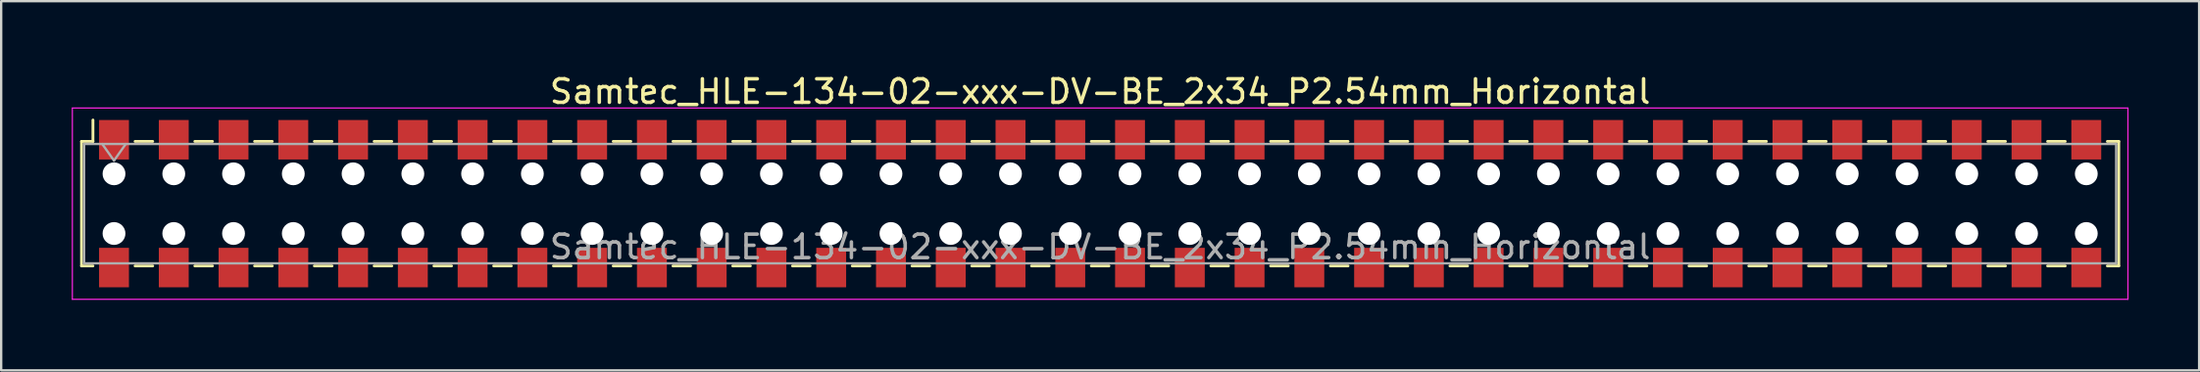
<source format=kicad_pcb>
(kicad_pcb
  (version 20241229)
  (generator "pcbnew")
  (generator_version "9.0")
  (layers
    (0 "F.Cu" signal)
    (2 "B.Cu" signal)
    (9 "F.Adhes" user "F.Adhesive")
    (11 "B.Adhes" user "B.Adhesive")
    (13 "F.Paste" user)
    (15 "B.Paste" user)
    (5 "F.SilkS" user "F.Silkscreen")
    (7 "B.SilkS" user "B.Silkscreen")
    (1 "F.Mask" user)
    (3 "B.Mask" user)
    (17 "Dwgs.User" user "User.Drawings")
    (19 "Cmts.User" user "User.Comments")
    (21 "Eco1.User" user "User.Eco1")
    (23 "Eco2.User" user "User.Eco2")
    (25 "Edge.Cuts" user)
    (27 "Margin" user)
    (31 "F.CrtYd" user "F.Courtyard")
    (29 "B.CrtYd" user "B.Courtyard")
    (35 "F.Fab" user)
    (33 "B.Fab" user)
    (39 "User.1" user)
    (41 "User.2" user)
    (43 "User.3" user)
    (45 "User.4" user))
  (footprint "Samtec_HLE-134-02-xxx-DV-BE_2x34_P2.54mm_Horizontal"
    (layer "F.Cu")
    (at 43.705 5.618)
    (property "Reference" "Samtec_HLE-134-02-xxx-DV-BE_2x34_P2.54mm_Horizontal" (at 0 -4.77 0) (layer "F.SilkS") (effects (font (size 1 1) (thickness 0.15))))
    (attr smd)
    (fp_line (start -43.29 -2.65) (end -43.29 2.65) (stroke (width 0.12) (type solid)) (layer "F.SilkS"))
    (fp_line (start -43.29 2.65) (end -42.805 2.65) (stroke (width 0.12) (type solid)) (layer "F.SilkS"))
    (fp_line (start -42.805 -3.56) (end -42.805 -2.65) (stroke (width 0.12) (type solid)) (layer "F.SilkS"))
    (fp_line (start -42.805 -2.65) (end -43.29 -2.65) (stroke (width 0.12) (type solid)) (layer "F.SilkS"))
    (fp_line (start -41.015 -2.65) (end -40.265 -2.65) (stroke (width 0.12) (type solid)) (layer "F.SilkS"))
    (fp_line (start -41.015 2.65) (end -40.265 2.65) (stroke (width 0.12) (type solid)) (layer "F.SilkS"))
    (fp_line (start -38.475 -2.65) (end -37.725 -2.65) (stroke (width 0.12) (type solid)) (layer "F.SilkS"))
    (fp_line (start -38.475 2.65) (end -37.725 2.65) (stroke (width 0.12) (type solid)) (layer "F.SilkS"))
    (fp_line (start -35.935 -2.65) (end -35.185 -2.65) (stroke (width 0.12) (type solid)) (layer "F.SilkS"))
    (fp_line (start -35.935 2.65) (end -35.185 2.65) (stroke (width 0.12) (type solid)) (layer "F.SilkS"))
    (fp_line (start -33.395 -2.65) (end -32.645 -2.65) (stroke (width 0.12) (type solid)) (layer "F.SilkS"))
    (fp_line (start -33.395 2.65) (end -32.645 2.65) (stroke (width 0.12) (type solid)) (layer "F.SilkS"))
    (fp_line (start -30.855 -2.65) (end -30.105 -2.65) (stroke (width 0.12) (type solid)) (layer "F.SilkS"))
    (fp_line (start -30.855 2.65) (end -30.105 2.65) (stroke (width 0.12) (type solid)) (layer "F.SilkS"))
    (fp_line (start -28.315 -2.65) (end -27.565 -2.65) (stroke (width 0.12) (type solid)) (layer "F.SilkS"))
    (fp_line (start -28.315 2.65) (end -27.565 2.65) (stroke (width 0.12) (type solid)) (layer "F.SilkS"))
    (fp_line (start -25.775 -2.65) (end -25.025 -2.65) (stroke (width 0.12) (type solid)) (layer "F.SilkS"))
    (fp_line (start -25.775 2.65) (end -25.025 2.65) (stroke (width 0.12) (type solid)) (layer "F.SilkS"))
    (fp_line (start -23.235 -2.65) (end -22.485 -2.65) (stroke (width 0.12) (type solid)) (layer "F.SilkS"))
    (fp_line (start -23.235 2.65) (end -22.485 2.65) (stroke (width 0.12) (type solid)) (layer "F.SilkS"))
    (fp_line (start -20.695 -2.65) (end -19.945 -2.65) (stroke (width 0.12) (type solid)) (layer "F.SilkS"))
    (fp_line (start -20.695 2.65) (end -19.945 2.65) (stroke (width 0.12) (type solid)) (layer "F.SilkS"))
    (fp_line (start -18.155 -2.65) (end -17.405 -2.65) (stroke (width 0.12) (type solid)) (layer "F.SilkS"))
    (fp_line (start -18.155 2.65) (end -17.405 2.65) (stroke (width 0.12) (type solid)) (layer "F.SilkS"))
    (fp_line (start -15.615 -2.65) (end -14.865 -2.65) (stroke (width 0.12) (type solid)) (layer "F.SilkS"))
    (fp_line (start -15.615 2.65) (end -14.865 2.65) (stroke (width 0.12) (type solid)) (layer "F.SilkS"))
    (fp_line (start -13.075 -2.65) (end -12.325 -2.65) (stroke (width 0.12) (type solid)) (layer "F.SilkS"))
    (fp_line (start -13.075 2.65) (end -12.325 2.65) (stroke (width 0.12) (type solid)) (layer "F.SilkS"))
    (fp_line (start -10.535 -2.65) (end -9.785 -2.65) (stroke (width 0.12) (type solid)) (layer "F.SilkS"))
    (fp_line (start -10.535 2.65) (end -9.785 2.65) (stroke (width 0.12) (type solid)) (layer "F.SilkS"))
    (fp_line (start -7.995 -2.65) (end -7.245 -2.65) (stroke (width 0.12) (type solid)) (layer "F.SilkS"))
    (fp_line (start -7.995 2.65) (end -7.245 2.65) (stroke (width 0.12) (type solid)) (layer "F.SilkS"))
    (fp_line (start -5.455 -2.65) (end -4.705 -2.65) (stroke (width 0.12) (type solid)) (layer "F.SilkS"))
    (fp_line (start -5.455 2.65) (end -4.705 2.65) (stroke (width 0.12) (type solid)) (layer "F.SilkS"))
    (fp_line (start -2.915 -2.65) (end -2.165 -2.65) (stroke (width 0.12) (type solid)) (layer "F.SilkS"))
    (fp_line (start -2.915 2.65) (end -2.165 2.65) (stroke (width 0.12) (type solid)) (layer "F.SilkS"))
    (fp_line (start -0.375 -2.65) (end 0.375 -2.65) (stroke (width 0.12) (type solid)) (layer "F.SilkS"))
    (fp_line (start -0.375 2.65) (end 0.375 2.65) (stroke (width 0.12) (type solid)) (layer "F.SilkS"))
    (fp_line (start 2.165 -2.65) (end 2.915 -2.65) (stroke (width 0.12) (type solid)) (layer "F.SilkS"))
    (fp_line (start 2.165 2.65) (end 2.915 2.65) (stroke (width 0.12) (type solid)) (layer "F.SilkS"))
    (fp_line (start 4.705 -2.65) (end 5.455 -2.65) (stroke (width 0.12) (type solid)) (layer "F.SilkS"))
    (fp_line (start 4.705 2.65) (end 5.455 2.65) (stroke (width 0.12) (type solid)) (layer "F.SilkS"))
    (fp_line (start 7.245 -2.65) (end 7.995 -2.65) (stroke (width 0.12) (type solid)) (layer "F.SilkS"))
    (fp_line (start 7.245 2.65) (end 7.995 2.65) (stroke (width 0.12) (type solid)) (layer "F.SilkS"))
    (fp_line (start 9.785 -2.65) (end 10.535 -2.65) (stroke (width 0.12) (type solid)) (layer "F.SilkS"))
    (fp_line (start 9.785 2.65) (end 10.535 2.65) (stroke (width 0.12) (type solid)) (layer "F.SilkS"))
    (fp_line (start 12.325 -2.65) (end 13.075 -2.65) (stroke (width 0.12) (type solid)) (layer "F.SilkS"))
    (fp_line (start 12.325 2.65) (end 13.075 2.65) (stroke (width 0.12) (type solid)) (layer "F.SilkS"))
    (fp_line (start 14.865 -2.65) (end 15.615 -2.65) (stroke (width 0.12) (type solid)) (layer "F.SilkS"))
    (fp_line (start 14.865 2.65) (end 15.615 2.65) (stroke (width 0.12) (type solid)) (layer "F.SilkS"))
    (fp_line (start 17.405 -2.65) (end 18.155 -2.65) (stroke (width 0.12) (type solid)) (layer "F.SilkS"))
    (fp_line (start 17.405 2.65) (end 18.155 2.65) (stroke (width 0.12) (type solid)) (layer "F.SilkS"))
    (fp_line (start 19.945 -2.65) (end 20.695 -2.65) (stroke (width 0.12) (type solid)) (layer "F.SilkS"))
    (fp_line (start 19.945 2.65) (end 20.695 2.65) (stroke (width 0.12) (type solid)) (layer "F.SilkS"))
    (fp_line (start 22.485 -2.65) (end 23.235 -2.65) (stroke (width 0.12) (type solid)) (layer "F.SilkS"))
    (fp_line (start 22.485 2.65) (end 23.235 2.65) (stroke (width 0.12) (type solid)) (layer "F.SilkS"))
    (fp_line (start 25.025 -2.65) (end 25.775 -2.65) (stroke (width 0.12) (type solid)) (layer "F.SilkS"))
    (fp_line (start 25.025 2.65) (end 25.775 2.65) (stroke (width 0.12) (type solid)) (layer "F.SilkS"))
    (fp_line (start 27.565 -2.65) (end 28.315 -2.65) (stroke (width 0.12) (type solid)) (layer "F.SilkS"))
    (fp_line (start 27.565 2.65) (end 28.315 2.65) (stroke (width 0.12) (type solid)) (layer "F.SilkS"))
    (fp_line (start 30.105 -2.65) (end 30.855 -2.65) (stroke (width 0.12) (type solid)) (layer "F.SilkS"))
    (fp_line (start 30.105 2.65) (end 30.855 2.65) (stroke (width 0.12) (type solid)) (layer "F.SilkS"))
    (fp_line (start 32.645 -2.65) (end 33.395 -2.65) (stroke (width 0.12) (type solid)) (layer "F.SilkS"))
    (fp_line (start 32.645 2.65) (end 33.395 2.65) (stroke (width 0.12) (type solid)) (layer "F.SilkS"))
    (fp_line (start 35.185 -2.65) (end 35.935 -2.65) (stroke (width 0.12) (type solid)) (layer "F.SilkS"))
    (fp_line (start 35.185 2.65) (end 35.935 2.65) (stroke (width 0.12) (type solid)) (layer "F.SilkS"))
    (fp_line (start 37.725 -2.65) (end 38.475 -2.65) (stroke (width 0.12) (type solid)) (layer "F.SilkS"))
    (fp_line (start 37.725 2.65) (end 38.475 2.65) (stroke (width 0.12) (type solid)) (layer "F.SilkS"))
    (fp_line (start 40.265 -2.65) (end 41.015 -2.65) (stroke (width 0.12) (type solid)) (layer "F.SilkS"))
    (fp_line (start 40.265 2.65) (end 41.015 2.65) (stroke (width 0.12) (type solid)) (layer "F.SilkS"))
    (fp_line (start 42.805 -2.65) (end 43.29 -2.65) (stroke (width 0.12) (type solid)) (layer "F.SilkS"))
    (fp_line (start 43.29 -2.65) (end 43.29 2.65) (stroke (width 0.12) (type solid)) (layer "F.SilkS"))
    (fp_line (start 43.29 2.65) (end 42.805 2.65) (stroke (width 0.12) (type solid)) (layer "F.SilkS"))
    (fp_line (start -43.68 -4.07) (end 43.68 -4.07) (stroke (width 0.05) (type solid)) (layer "F.CrtYd"))
    (fp_line (start -43.68 4.07) (end -43.68 -4.07) (stroke (width 0.05) (type solid)) (layer "F.CrtYd"))
    (fp_line (start 43.68 -4.07) (end 43.68 4.07) (stroke (width 0.05) (type solid)) (layer "F.CrtYd"))
    (fp_line (start 43.68 4.07) (end -43.68 4.07) (stroke (width 0.05) (type solid)) (layer "F.CrtYd"))
    (fp_line (start -43.18 -2.54) (end 43.18 -2.54) (stroke (width 0.1) (type solid)) (layer "F.Fab"))
    (fp_line (start -43.18 2.54) (end -43.18 -2.54) (stroke (width 0.1) (type solid)) (layer "F.Fab"))
    (fp_line (start -42.41 -2.54) (end -41.91 -1.833) (stroke (width 0.1) (type solid)) (layer "F.Fab"))
    (fp_line (start -41.91 -1.833) (end -41.41 -2.54) (stroke (width 0.1) (type solid)) (layer "F.Fab"))
    (fp_line (start 43.18 -2.54) (end 43.18 2.54) (stroke (width 0.1) (type solid)) (layer "F.Fab"))
    (fp_line (start 43.18 2.54) (end -43.18 2.54) (stroke (width 0.1) (type solid)) (layer "F.Fab"))
    (fp_text user "${REFERENCE}" (at 0 1.84 0) (layer "F.Fab") (effects (font (size 1 1) (thickness 0.15))))
    (pad "" np_thru_hole circle (at -41.91 -1.27) (size 0.97 0.97) (drill 0.97) (layers "*.Cu" "*.Mask"))
    (pad "" np_thru_hole circle (at -41.91 1.27) (size 0.97 0.97) (drill 0.97) (layers "*.Cu" "*.Mask"))
    (pad "" np_thru_hole circle (at -39.37 -1.27) (size 0.97 0.97) (drill 0.97) (layers "*.Cu" "*.Mask"))
    (pad "" np_thru_hole circle (at -39.37 1.27) (size 0.97 0.97) (drill 0.97) (layers "*.Cu" "*.Mask"))
    (pad "" np_thru_hole circle (at -36.83 -1.27) (size 0.97 0.97) (drill 0.97) (layers "*.Cu" "*.Mask"))
    (pad "" np_thru_hole circle (at -36.83 1.27) (size 0.97 0.97) (drill 0.97) (layers "*.Cu" "*.Mask"))
    (pad "" np_thru_hole circle (at -34.29 -1.27) (size 0.97 0.97) (drill 0.97) (layers "*.Cu" "*.Mask"))
    (pad "" np_thru_hole circle (at -34.29 1.27) (size 0.97 0.97) (drill 0.97) (layers "*.Cu" "*.Mask"))
    (pad "" np_thru_hole circle (at -31.75 -1.27) (size 0.97 0.97) (drill 0.97) (layers "*.Cu" "*.Mask"))
    (pad "" np_thru_hole circle (at -31.75 1.27) (size 0.97 0.97) (drill 0.97) (layers "*.Cu" "*.Mask"))
    (pad "" np_thru_hole circle (at -29.21 -1.27) (size 0.97 0.97) (drill 0.97) (layers "*.Cu" "*.Mask"))
    (pad "" np_thru_hole circle (at -29.21 1.27) (size 0.97 0.97) (drill 0.97) (layers "*.Cu" "*.Mask"))
    (pad "" np_thru_hole circle (at -26.67 -1.27) (size 0.97 0.97) (drill 0.97) (layers "*.Cu" "*.Mask"))
    (pad "" np_thru_hole circle (at -26.67 1.27) (size 0.97 0.97) (drill 0.97) (layers "*.Cu" "*.Mask"))
    (pad "" np_thru_hole circle (at -24.13 -1.27) (size 0.97 0.97) (drill 0.97) (layers "*.Cu" "*.Mask"))
    (pad "" np_thru_hole circle (at -24.13 1.27) (size 0.97 0.97) (drill 0.97) (layers "*.Cu" "*.Mask"))
    (pad "" np_thru_hole circle (at -21.59 -1.27) (size 0.97 0.97) (drill 0.97) (layers "*.Cu" "*.Mask"))
    (pad "" np_thru_hole circle (at -21.59 1.27) (size 0.97 0.97) (drill 0.97) (layers "*.Cu" "*.Mask"))
    (pad "" np_thru_hole circle (at -19.05 -1.27) (size 0.97 0.97) (drill 0.97) (layers "*.Cu" "*.Mask"))
    (pad "" np_thru_hole circle (at -19.05 1.27) (size 0.97 0.97) (drill 0.97) (layers "*.Cu" "*.Mask"))
    (pad "" np_thru_hole circle (at -16.51 -1.27) (size 0.97 0.97) (drill 0.97) (layers "*.Cu" "*.Mask"))
    (pad "" np_thru_hole circle (at -16.51 1.27) (size 0.97 0.97) (drill 0.97) (layers "*.Cu" "*.Mask"))
    (pad "" np_thru_hole circle (at -13.97 -1.27) (size 0.97 0.97) (drill 0.97) (layers "*.Cu" "*.Mask"))
    (pad "" np_thru_hole circle (at -13.97 1.27) (size 0.97 0.97) (drill 0.97) (layers "*.Cu" "*.Mask"))
    (pad "" np_thru_hole circle (at -11.43 -1.27) (size 0.97 0.97) (drill 0.97) (layers "*.Cu" "*.Mask"))
    (pad "" np_thru_hole circle (at -11.43 1.27) (size 0.97 0.97) (drill 0.97) (layers "*.Cu" "*.Mask"))
    (pad "" np_thru_hole circle (at -8.89 -1.27) (size 0.97 0.97) (drill 0.97) (layers "*.Cu" "*.Mask"))
    (pad "" np_thru_hole circle (at -8.89 1.27) (size 0.97 0.97) (drill 0.97) (layers "*.Cu" "*.Mask"))
    (pad "" np_thru_hole circle (at -6.35 -1.27) (size 0.97 0.97) (drill 0.97) (layers "*.Cu" "*.Mask"))
    (pad "" np_thru_hole circle (at -6.35 1.27) (size 0.97 0.97) (drill 0.97) (layers "*.Cu" "*.Mask"))
    (pad "" np_thru_hole circle (at -3.81 -1.27) (size 0.97 0.97) (drill 0.97) (layers "*.Cu" "*.Mask"))
    (pad "" np_thru_hole circle (at -3.81 1.27) (size 0.97 0.97) (drill 0.97) (layers "*.Cu" "*.Mask"))
    (pad "" np_thru_hole circle (at -1.27 -1.27) (size 0.97 0.97) (drill 0.97) (layers "*.Cu" "*.Mask"))
    (pad "" np_thru_hole circle (at -1.27 1.27) (size 0.97 0.97) (drill 0.97) (layers "*.Cu" "*.Mask"))
    (pad "" np_thru_hole circle (at 1.27 -1.27) (size 0.97 0.97) (drill 0.97) (layers "*.Cu" "*.Mask"))
    (pad "" np_thru_hole circle (at 1.27 1.27) (size 0.97 0.97) (drill 0.97) (layers "*.Cu" "*.Mask"))
    (pad "" np_thru_hole circle (at 3.81 -1.27) (size 0.97 0.97) (drill 0.97) (layers "*.Cu" "*.Mask"))
    (pad "" np_thru_hole circle (at 3.81 1.27) (size 0.97 0.97) (drill 0.97) (layers "*.Cu" "*.Mask"))
    (pad "" np_thru_hole circle (at 6.35 -1.27) (size 0.97 0.97) (drill 0.97) (layers "*.Cu" "*.Mask"))
    (pad "" np_thru_hole circle (at 6.35 1.27) (size 0.97 0.97) (drill 0.97) (layers "*.Cu" "*.Mask"))
    (pad "" np_thru_hole circle (at 8.89 -1.27) (size 0.97 0.97) (drill 0.97) (layers "*.Cu" "*.Mask"))
    (pad "" np_thru_hole circle (at 8.89 1.27) (size 0.97 0.97) (drill 0.97) (layers "*.Cu" "*.Mask"))
    (pad "" np_thru_hole circle (at 11.43 -1.27) (size 0.97 0.97) (drill 0.97) (layers "*.Cu" "*.Mask"))
    (pad "" np_thru_hole circle (at 11.43 1.27) (size 0.97 0.97) (drill 0.97) (layers "*.Cu" "*.Mask"))
    (pad "" np_thru_hole circle (at 13.97 -1.27) (size 0.97 0.97) (drill 0.97) (layers "*.Cu" "*.Mask"))
    (pad "" np_thru_hole circle (at 13.97 1.27) (size 0.97 0.97) (drill 0.97) (layers "*.Cu" "*.Mask"))
    (pad "" np_thru_hole circle (at 16.51 -1.27) (size 0.97 0.97) (drill 0.97) (layers "*.Cu" "*.Mask"))
    (pad "" np_thru_hole circle (at 16.51 1.27) (size 0.97 0.97) (drill 0.97) (layers "*.Cu" "*.Mask"))
    (pad "" np_thru_hole circle (at 19.05 -1.27) (size 0.97 0.97) (drill 0.97) (layers "*.Cu" "*.Mask"))
    (pad "" np_thru_hole circle (at 19.05 1.27) (size 0.97 0.97) (drill 0.97) (layers "*.Cu" "*.Mask"))
    (pad "" np_thru_hole circle (at 21.59 -1.27) (size 0.97 0.97) (drill 0.97) (layers "*.Cu" "*.Mask"))
    (pad "" np_thru_hole circle (at 21.59 1.27) (size 0.97 0.97) (drill 0.97) (layers "*.Cu" "*.Mask"))
    (pad "" np_thru_hole circle (at 24.13 -1.27) (size 0.97 0.97) (drill 0.97) (layers "*.Cu" "*.Mask"))
    (pad "" np_thru_hole circle (at 24.13 1.27) (size 0.97 0.97) (drill 0.97) (layers "*.Cu" "*.Mask"))
    (pad "" np_thru_hole circle (at 26.67 -1.27) (size 0.97 0.97) (drill 0.97) (layers "*.Cu" "*.Mask"))
    (pad "" np_thru_hole circle (at 26.67 1.27) (size 0.97 0.97) (drill 0.97) (layers "*.Cu" "*.Mask"))
    (pad "" np_thru_hole circle (at 29.21 -1.27) (size 0.97 0.97) (drill 0.97) (layers "*.Cu" "*.Mask"))
    (pad "" np_thru_hole circle (at 29.21 1.27) (size 0.97 0.97) (drill 0.97) (layers "*.Cu" "*.Mask"))
    (pad "" np_thru_hole circle (at 31.75 -1.27) (size 0.97 0.97) (drill 0.97) (layers "*.Cu" "*.Mask"))
    (pad "" np_thru_hole circle (at 31.75 1.27) (size 0.97 0.97) (drill 0.97) (layers "*.Cu" "*.Mask"))
    (pad "" np_thru_hole circle (at 34.29 -1.27) (size 0.97 0.97) (drill 0.97) (layers "*.Cu" "*.Mask"))
    (pad "" np_thru_hole circle (at 34.29 1.27) (size 0.97 0.97) (drill 0.97) (layers "*.Cu" "*.Mask"))
    (pad "" np_thru_hole circle (at 36.83 -1.27) (size 0.97 0.97) (drill 0.97) (layers "*.Cu" "*.Mask"))
    (pad "" np_thru_hole circle (at 36.83 1.27) (size 0.97 0.97) (drill 0.97) (layers "*.Cu" "*.Mask"))
    (pad "" np_thru_hole circle (at 39.37 -1.27) (size 0.97 0.97) (drill 0.97) (layers "*.Cu" "*.Mask"))
    (pad "" np_thru_hole circle (at 39.37 1.27) (size 0.97 0.97) (drill 0.97) (layers "*.Cu" "*.Mask"))
    (pad "" np_thru_hole circle (at 41.91 -1.27) (size 0.97 0.97) (drill 0.97) (layers "*.Cu" "*.Mask"))
    (pad "" np_thru_hole circle (at 41.91 1.27) (size 0.97 0.97) (drill 0.97) (layers "*.Cu" "*.Mask"))
    (pad "1" smd rect (at -41.91 -2.72) (size 1.27 1.68) (layers "F.Cu" "F.Mask" "F.Paste"))
    (pad "2" smd rect (at -41.91 2.72) (size 1.27 1.68) (layers "F.Cu" "F.Mask" "F.Paste"))
    (pad "3" smd rect (at -39.37 -2.72) (size 1.27 1.68) (layers "F.Cu" "F.Mask" "F.Paste"))
    (pad "4" smd rect (at -39.37 2.72) (size 1.27 1.68) (layers "F.Cu" "F.Mask" "F.Paste"))
    (pad "5" smd rect (at -36.83 -2.72) (size 1.27 1.68) (layers "F.Cu" "F.Mask" "F.Paste"))
    (pad "6" smd rect (at -36.83 2.72) (size 1.27 1.68) (layers "F.Cu" "F.Mask" "F.Paste"))
    (pad "7" smd rect (at -34.29 -2.72) (size 1.27 1.68) (layers "F.Cu" "F.Mask" "F.Paste"))
    (pad "8" smd rect (at -34.29 2.72) (size 1.27 1.68) (layers "F.Cu" "F.Mask" "F.Paste"))
    (pad "9" smd rect (at -31.75 -2.72) (size 1.27 1.68) (layers "F.Cu" "F.Mask" "F.Paste"))
    (pad "10" smd rect (at -31.75 2.72) (size 1.27 1.68) (layers "F.Cu" "F.Mask" "F.Paste"))
    (pad "11" smd rect (at -29.21 -2.72) (size 1.27 1.68) (layers "F.Cu" "F.Mask" "F.Paste"))
    (pad "12" smd rect (at -29.21 2.72) (size 1.27 1.68) (layers "F.Cu" "F.Mask" "F.Paste"))
    (pad "13" smd rect (at -26.67 -2.72) (size 1.27 1.68) (layers "F.Cu" "F.Mask" "F.Paste"))
    (pad "14" smd rect (at -26.67 2.72) (size 1.27 1.68) (layers "F.Cu" "F.Mask" "F.Paste"))
    (pad "15" smd rect (at -24.13 -2.72) (size 1.27 1.68) (layers "F.Cu" "F.Mask" "F.Paste"))
    (pad "16" smd rect (at -24.13 2.72) (size 1.27 1.68) (layers "F.Cu" "F.Mask" "F.Paste"))
    (pad "17" smd rect (at -21.59 -2.72) (size 1.27 1.68) (layers "F.Cu" "F.Mask" "F.Paste"))
    (pad "18" smd rect (at -21.59 2.72) (size 1.27 1.68) (layers "F.Cu" "F.Mask" "F.Paste"))
    (pad "19" smd rect (at -19.05 -2.72) (size 1.27 1.68) (layers "F.Cu" "F.Mask" "F.Paste"))
    (pad "20" smd rect (at -19.05 2.72) (size 1.27 1.68) (layers "F.Cu" "F.Mask" "F.Paste"))
    (pad "21" smd rect (at -16.51 -2.72) (size 1.27 1.68) (layers "F.Cu" "F.Mask" "F.Paste"))
    (pad "22" smd rect (at -16.51 2.72) (size 1.27 1.68) (layers "F.Cu" "F.Mask" "F.Paste"))
    (pad "23" smd rect (at -13.97 -2.72) (size 1.27 1.68) (layers "F.Cu" "F.Mask" "F.Paste"))
    (pad "24" smd rect (at -13.97 2.72) (size 1.27 1.68) (layers "F.Cu" "F.Mask" "F.Paste"))
    (pad "25" smd rect (at -11.43 -2.72) (size 1.27 1.68) (layers "F.Cu" "F.Mask" "F.Paste"))
    (pad "26" smd rect (at -11.43 2.72) (size 1.27 1.68) (layers "F.Cu" "F.Mask" "F.Paste"))
    (pad "27" smd rect (at -8.89 -2.72) (size 1.27 1.68) (layers "F.Cu" "F.Mask" "F.Paste"))
    (pad "28" smd rect (at -8.89 2.72) (size 1.27 1.68) (layers "F.Cu" "F.Mask" "F.Paste"))
    (pad "29" smd rect (at -6.35 -2.72) (size 1.27 1.68) (layers "F.Cu" "F.Mask" "F.Paste"))
    (pad "30" smd rect (at -6.35 2.72) (size 1.27 1.68) (layers "F.Cu" "F.Mask" "F.Paste"))
    (pad "31" smd rect (at -3.81 -2.72) (size 1.27 1.68) (layers "F.Cu" "F.Mask" "F.Paste"))
    (pad "32" smd rect (at -3.81 2.72) (size 1.27 1.68) (layers "F.Cu" "F.Mask" "F.Paste"))
    (pad "33" smd rect (at -1.27 -2.72) (size 1.27 1.68) (layers "F.Cu" "F.Mask" "F.Paste"))
    (pad "34" smd rect (at -1.27 2.72) (size 1.27 1.68) (layers "F.Cu" "F.Mask" "F.Paste"))
    (pad "35" smd rect (at 1.27 -2.72) (size 1.27 1.68) (layers "F.Cu" "F.Mask" "F.Paste"))
    (pad "36" smd rect (at 1.27 2.72) (size 1.27 1.68) (layers "F.Cu" "F.Mask" "F.Paste"))
    (pad "37" smd rect (at 3.81 -2.72) (size 1.27 1.68) (layers "F.Cu" "F.Mask" "F.Paste"))
    (pad "38" smd rect (at 3.81 2.72) (size 1.27 1.68) (layers "F.Cu" "F.Mask" "F.Paste"))
    (pad "39" smd rect (at 6.35 -2.72) (size 1.27 1.68) (layers "F.Cu" "F.Mask" "F.Paste"))
    (pad "40" smd rect (at 6.35 2.72) (size 1.27 1.68) (layers "F.Cu" "F.Mask" "F.Paste"))
    (pad "41" smd rect (at 8.89 -2.72) (size 1.27 1.68) (layers "F.Cu" "F.Mask" "F.Paste"))
    (pad "42" smd rect (at 8.89 2.72) (size 1.27 1.68) (layers "F.Cu" "F.Mask" "F.Paste"))
    (pad "43" smd rect (at 11.43 -2.72) (size 1.27 1.68) (layers "F.Cu" "F.Mask" "F.Paste"))
    (pad "44" smd rect (at 11.43 2.72) (size 1.27 1.68) (layers "F.Cu" "F.Mask" "F.Paste"))
    (pad "45" smd rect (at 13.97 -2.72) (size 1.27 1.68) (layers "F.Cu" "F.Mask" "F.Paste"))
    (pad "46" smd rect (at 13.97 2.72) (size 1.27 1.68) (layers "F.Cu" "F.Mask" "F.Paste"))
    (pad "47" smd rect (at 16.51 -2.72) (size 1.27 1.68) (layers "F.Cu" "F.Mask" "F.Paste"))
    (pad "48" smd rect (at 16.51 2.72) (size 1.27 1.68) (layers "F.Cu" "F.Mask" "F.Paste"))
    (pad "49" smd rect (at 19.05 -2.72) (size 1.27 1.68) (layers "F.Cu" "F.Mask" "F.Paste"))
    (pad "50" smd rect (at 19.05 2.72) (size 1.27 1.68) (layers "F.Cu" "F.Mask" "F.Paste"))
    (pad "51" smd rect (at 21.59 -2.72) (size 1.27 1.68) (layers "F.Cu" "F.Mask" "F.Paste"))
    (pad "52" smd rect (at 21.59 2.72) (size 1.27 1.68) (layers "F.Cu" "F.Mask" "F.Paste"))
    (pad "53" smd rect (at 24.13 -2.72) (size 1.27 1.68) (layers "F.Cu" "F.Mask" "F.Paste"))
    (pad "54" smd rect (at 24.13 2.72) (size 1.27 1.68) (layers "F.Cu" "F.Mask" "F.Paste"))
    (pad "55" smd rect (at 26.67 -2.72) (size 1.27 1.68) (layers "F.Cu" "F.Mask" "F.Paste"))
    (pad "56" smd rect (at 26.67 2.72) (size 1.27 1.68) (layers "F.Cu" "F.Mask" "F.Paste"))
    (pad "57" smd rect (at 29.21 -2.72) (size 1.27 1.68) (layers "F.Cu" "F.Mask" "F.Paste"))
    (pad "58" smd rect (at 29.21 2.72) (size 1.27 1.68) (layers "F.Cu" "F.Mask" "F.Paste"))
    (pad "59" smd rect (at 31.75 -2.72) (size 1.27 1.68) (layers "F.Cu" "F.Mask" "F.Paste"))
    (pad "60" smd rect (at 31.75 2.72) (size 1.27 1.68) (layers "F.Cu" "F.Mask" "F.Paste"))
    (pad "61" smd rect (at 34.29 -2.72) (size 1.27 1.68) (layers "F.Cu" "F.Mask" "F.Paste"))
    (pad "62" smd rect (at 34.29 2.72) (size 1.27 1.68) (layers "F.Cu" "F.Mask" "F.Paste"))
    (pad "63" smd rect (at 36.83 -2.72) (size 1.27 1.68) (layers "F.Cu" "F.Mask" "F.Paste"))
    (pad "64" smd rect (at 36.83 2.72) (size 1.27 1.68) (layers "F.Cu" "F.Mask" "F.Paste"))
    (pad "65" smd rect (at 39.37 -2.72) (size 1.27 1.68) (layers "F.Cu" "F.Mask" "F.Paste"))
    (pad "66" smd rect (at 39.37 2.72) (size 1.27 1.68) (layers "F.Cu" "F.Mask" "F.Paste"))
    (pad "67" smd rect (at 41.91 -2.72) (size 1.27 1.68) (layers "F.Cu" "F.Mask" "F.Paste"))
    (pad "68" smd rect (at 41.91 2.72) (size 1.27 1.68) (layers "F.Cu" "F.Mask" "F.Paste")))
  (gr_rect
    (start -3 -3)
    (end 90.41 12.713)
    (stroke (width 0.1) (type default))
    (fill no)
    (layer "Edge.Cuts")))
</source>
